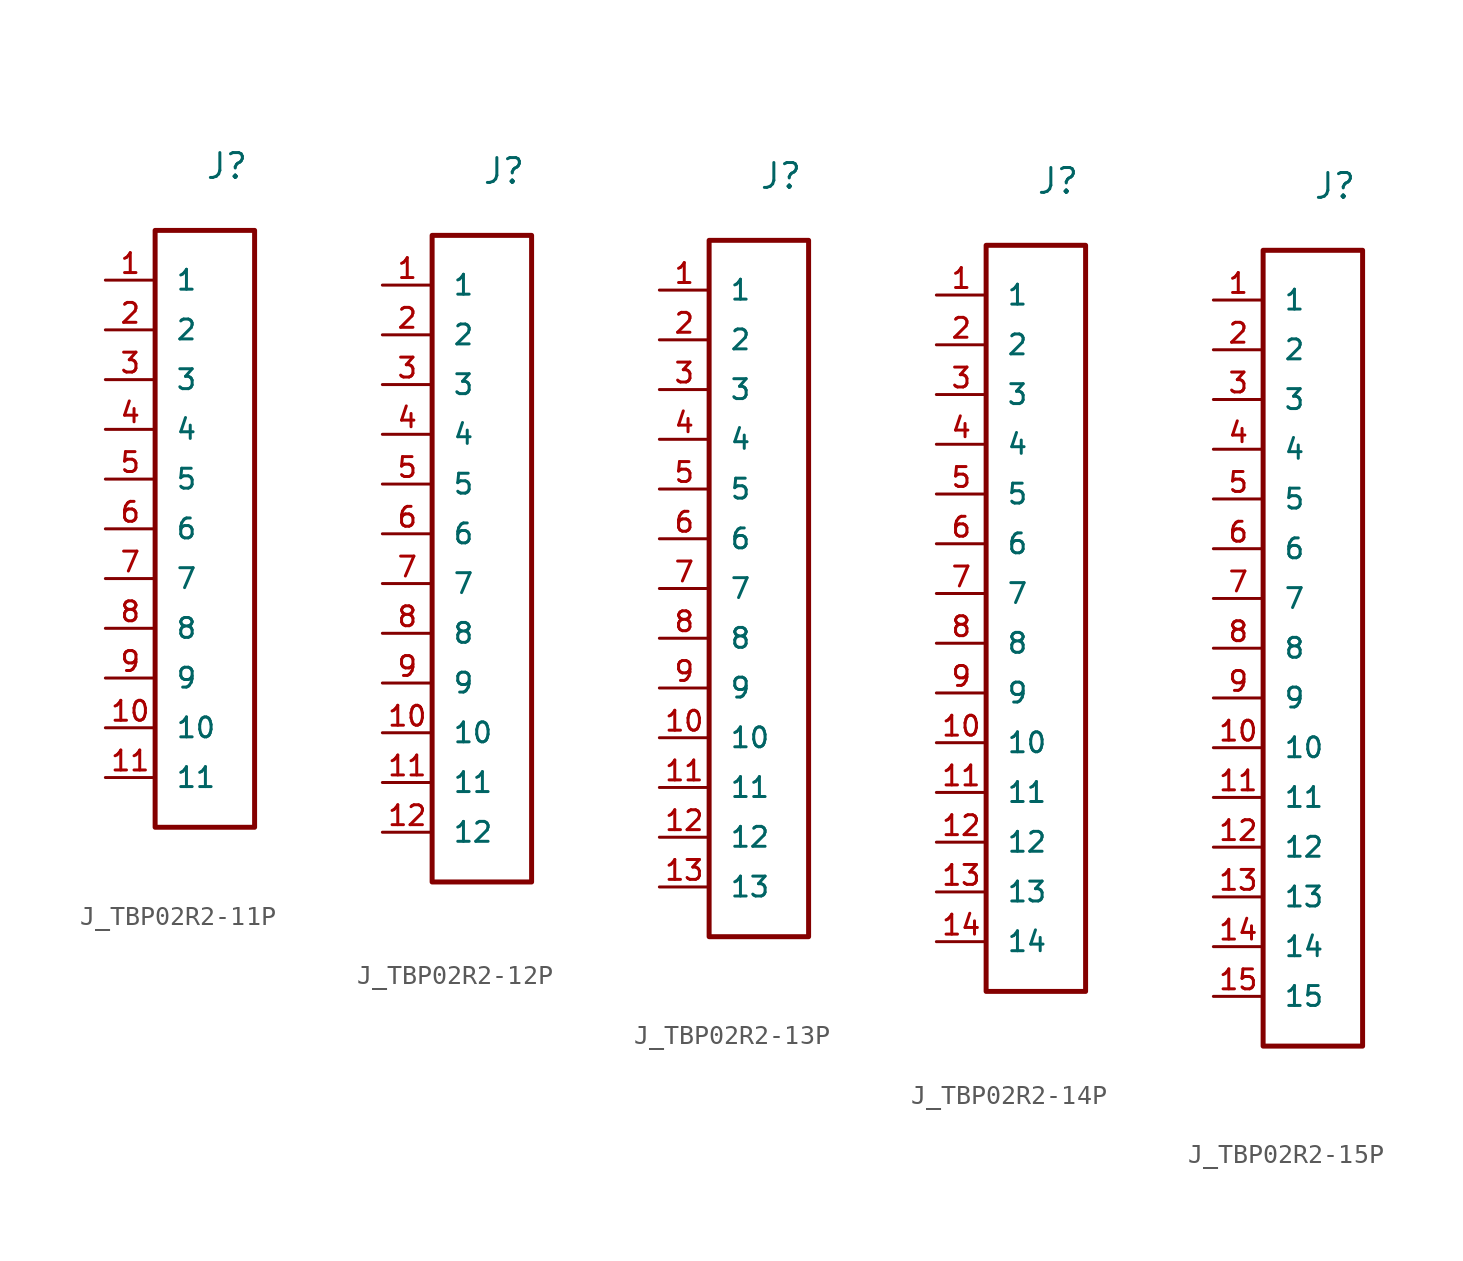
<source format=kicad_sym>
(kicad_symbol_lib
  (version 20231120)
  (generator "kicad_symbol_editor")
  (generator_version "8.0")
  (symbol "J_TBP02R2-11P"
    (pin_names
      (offset 1.016))
    (property "Reference" "J"
      (at 0 17.78 0)
      (effects (font (size 1.27 1.27)) (justify left bottom)))
    (symbol "J_TBP02R2-11P_0_0"
      (pin passive line (at -5.08 12.7 0) (length 2.54) (name "1" (effects (font (size 1.016 1.016)))) (number "1" (effects (font (size 1.016 1.016)))))
      (pin passive line (at -5.08 10.16 0) (length 2.54) (name "2" (effects (font (size 1.016 1.016)))) (number "2" (effects (font (size 1.016 1.016)))))
      (pin passive line (at -5.08 7.62 0) (length 2.54) (name "3" (effects (font (size 1.016 1.016)))) (number "3" (effects (font (size 1.016 1.016)))))
      (pin passive line (at -5.08 5.08 0) (length 2.54) (name "4" (effects (font (size 1.016 1.016)))) (number "4" (effects (font (size 1.016 1.016)))))
      (pin passive line (at -5.08 2.54 0) (length 2.54) (name "5" (effects (font (size 1.016 1.016)))) (number "5" (effects (font (size 1.016 1.016)))))
      (pin passive line (at -5.08 0.0 0) (length 2.54) (name "6" (effects (font (size 1.016 1.016)))) (number "6" (effects (font (size 1.016 1.016)))))
      (pin passive line (at -5.08 -2.54 0) (length 2.54) (name "7" (effects (font (size 1.016 1.016)))) (number "7" (effects (font (size 1.016 1.016)))))
      (pin passive line (at -5.08 -5.08 0) (length 2.54) (name "8" (effects (font (size 1.016 1.016)))) (number "8" (effects (font (size 1.016 1.016)))))
      (pin passive line (at -5.08 -7.62 0) (length 2.54) (name "9" (effects (font (size 1.016 1.016)))) (number "9" (effects (font (size 1.016 1.016)))))
      (pin passive line (at -5.08 -10.16 0) (length 2.54) (name "10" (effects (font (size 1.016 1.016)))) (number "10" (effects (font (size 1.016 1.016)))))
      (pin passive line (at -5.08 -12.7 0) (length 2.54) (name "11" (effects (font (size 1.016 1.016)))) (number "11" (effects (font (size 1.016 1.016))))))
    (symbol "J_TBP02R2-11P_1_0"
      (rectangle (start -2.54 15.24) (end 2.54 -15.24) (stroke (width 0.254) (type solid)) (fill (type none)))))
  (symbol "J_TBP02R2-12P"
    (pin_names
      (offset 1.016))
    (property "Reference" "J"
      (at 0 19.05 0)
      (effects (font (size 1.27 1.27)) (justify left bottom)))
    (symbol "J_TBP02R2-12P_0_0"
      (pin passive line (at -5.08 13.97 0) (length 2.54) (name "1" (effects (font (size 1.016 1.016)))) (number "1" (effects (font (size 1.016 1.016)))))
      (pin passive line (at -5.08 11.43 0) (length 2.54) (name "2" (effects (font (size 1.016 1.016)))) (number "2" (effects (font (size 1.016 1.016)))))
      (pin passive line (at -5.08 8.89 0) (length 2.54) (name "3" (effects (font (size 1.016 1.016)))) (number "3" (effects (font (size 1.016 1.016)))))
      (pin passive line (at -5.08 6.35 0) (length 2.54) (name "4" (effects (font (size 1.016 1.016)))) (number "4" (effects (font (size 1.016 1.016)))))
      (pin passive line (at -5.08 3.81 0) (length 2.54) (name "5" (effects (font (size 1.016 1.016)))) (number "5" (effects (font (size 1.016 1.016)))))
      (pin passive line (at -5.08 1.27 0) (length 2.54) (name "6" (effects (font (size 1.016 1.016)))) (number "6" (effects (font (size 1.016 1.016)))))
      (pin passive line (at -5.08 -1.27 0) (length 2.54) (name "7" (effects (font (size 1.016 1.016)))) (number "7" (effects (font (size 1.016 1.016)))))
      (pin passive line (at -5.08 -3.81 0) (length 2.54) (name "8" (effects (font (size 1.016 1.016)))) (number "8" (effects (font (size 1.016 1.016)))))
      (pin passive line (at -5.08 -6.35 0) (length 2.54) (name "9" (effects (font (size 1.016 1.016)))) (number "9" (effects (font (size 1.016 1.016)))))
      (pin passive line (at -5.08 -8.89 0) (length 2.54) (name "10" (effects (font (size 1.016 1.016)))) (number "10" (effects (font (size 1.016 1.016)))))
      (pin passive line (at -5.08 -11.43 0) (length 2.54) (name "11" (effects (font (size 1.016 1.016)))) (number "11" (effects (font (size 1.016 1.016)))))
      (pin passive line (at -5.08 -13.97 0) (length 2.54) (name "12" (effects (font (size 1.016 1.016)))) (number "12" (effects (font (size 1.016 1.016))))))
    (symbol "J_TBP02R2-12P_1_0"
      (rectangle (start -2.54 16.51) (end 2.54 -16.51) (stroke (width 0.254) (type solid)) (fill (type none)))))
  (symbol "J_TBP02R2-13P"
    (pin_names
      (offset 1.016))
    (property "Reference" "J"
      (at 0 20.32 0)
      (effects (font (size 1.27 1.27)) (justify left bottom)))
    (symbol "J_TBP02R2-13P_0_0"
      (pin passive line (at -5.08 15.24 0) (length 2.54) (name "1" (effects (font (size 1.016 1.016)))) (number "1" (effects (font (size 1.016 1.016)))))
      (pin passive line (at -5.08 12.7 0) (length 2.54) (name "2" (effects (font (size 1.016 1.016)))) (number "2" (effects (font (size 1.016 1.016)))))
      (pin passive line (at -5.08 10.16 0) (length 2.54) (name "3" (effects (font (size 1.016 1.016)))) (number "3" (effects (font (size 1.016 1.016)))))
      (pin passive line (at -5.08 7.62 0) (length 2.54) (name "4" (effects (font (size 1.016 1.016)))) (number "4" (effects (font (size 1.016 1.016)))))
      (pin passive line (at -5.08 5.08 0) (length 2.54) (name "5" (effects (font (size 1.016 1.016)))) (number "5" (effects (font (size 1.016 1.016)))))
      (pin passive line (at -5.08 2.54 0) (length 2.54) (name "6" (effects (font (size 1.016 1.016)))) (number "6" (effects (font (size 1.016 1.016)))))
      (pin passive line (at -5.08 0.0 0) (length 2.54) (name "7" (effects (font (size 1.016 1.016)))) (number "7" (effects (font (size 1.016 1.016)))))
      (pin passive line (at -5.08 -2.54 0) (length 2.54) (name "8" (effects (font (size 1.016 1.016)))) (number "8" (effects (font (size 1.016 1.016)))))
      (pin passive line (at -5.08 -5.08 0) (length 2.54) (name "9" (effects (font (size 1.016 1.016)))) (number "9" (effects (font (size 1.016 1.016)))))
      (pin passive line (at -5.08 -7.62 0) (length 2.54) (name "10" (effects (font (size 1.016 1.016)))) (number "10" (effects (font (size 1.016 1.016)))))
      (pin passive line (at -5.08 -10.16 0) (length 2.54) (name "11" (effects (font (size 1.016 1.016)))) (number "11" (effects (font (size 1.016 1.016)))))
      (pin passive line (at -5.08 -12.7 0) (length 2.54) (name "12" (effects (font (size 1.016 1.016)))) (number "12" (effects (font (size 1.016 1.016)))))
      (pin passive line (at -5.08 -15.24 0) (length 2.54) (name "13" (effects (font (size 1.016 1.016)))) (number "13" (effects (font (size 1.016 1.016))))))
    (symbol "J_TBP02R2-13P_1_0"
      (rectangle (start -2.54 17.78) (end 2.54 -17.78) (stroke (width 0.254) (type solid)) (fill (type none)))))
  (symbol "J_TBP02R2-14P"
    (pin_names
      (offset 1.016))
    (property "Reference" "J"
      (at 0 21.59 0)
      (effects (font (size 1.27 1.27)) (justify left bottom)))
    (symbol "J_TBP02R2-14P_0_0"
      (pin passive line (at -5.08 16.51 0) (length 2.54) (name "1" (effects (font (size 1.016 1.016)))) (number "1" (effects (font (size 1.016 1.016)))))
      (pin passive line (at -5.08 13.97 0) (length 2.54) (name "2" (effects (font (size 1.016 1.016)))) (number "2" (effects (font (size 1.016 1.016)))))
      (pin passive line (at -5.08 11.43 0) (length 2.54) (name "3" (effects (font (size 1.016 1.016)))) (number "3" (effects (font (size 1.016 1.016)))))
      (pin passive line (at -5.08 8.89 0) (length 2.54) (name "4" (effects (font (size 1.016 1.016)))) (number "4" (effects (font (size 1.016 1.016)))))
      (pin passive line (at -5.08 6.35 0) (length 2.54) (name "5" (effects (font (size 1.016 1.016)))) (number "5" (effects (font (size 1.016 1.016)))))
      (pin passive line (at -5.08 3.81 0) (length 2.54) (name "6" (effects (font (size 1.016 1.016)))) (number "6" (effects (font (size 1.016 1.016)))))
      (pin passive line (at -5.08 1.27 0) (length 2.54) (name "7" (effects (font (size 1.016 1.016)))) (number "7" (effects (font (size 1.016 1.016)))))
      (pin passive line (at -5.08 -1.27 0) (length 2.54) (name "8" (effects (font (size 1.016 1.016)))) (number "8" (effects (font (size 1.016 1.016)))))
      (pin passive line (at -5.08 -3.81 0) (length 2.54) (name "9" (effects (font (size 1.016 1.016)))) (number "9" (effects (font (size 1.016 1.016)))))
      (pin passive line (at -5.08 -6.35 0) (length 2.54) (name "10" (effects (font (size 1.016 1.016)))) (number "10" (effects (font (size 1.016 1.016)))))
      (pin passive line (at -5.08 -8.89 0) (length 2.54) (name "11" (effects (font (size 1.016 1.016)))) (number "11" (effects (font (size 1.016 1.016)))))
      (pin passive line (at -5.08 -11.43 0) (length 2.54) (name "12" (effects (font (size 1.016 1.016)))) (number "12" (effects (font (size 1.016 1.016)))))
      (pin passive line (at -5.08 -13.97 0) (length 2.54) (name "13" (effects (font (size 1.016 1.016)))) (number "13" (effects (font (size 1.016 1.016)))))
      (pin passive line (at -5.08 -16.51 0) (length 2.54) (name "14" (effects (font (size 1.016 1.016)))) (number "14" (effects (font (size 1.016 1.016))))))
    (symbol "J_TBP02R2-14P_1_0"
      (rectangle (start -2.54 19.05) (end 2.54 -19.05) (stroke (width 0.254) (type solid)) (fill (type none)))))
  (symbol "J_TBP02R2-15P"
    (pin_names
      (offset 1.016))
    (property "Reference" "J"
      (at 0 22.86 0)
      (effects (font (size 1.27 1.27)) (justify left bottom)))
    (symbol "J_TBP02R2-15P_0_0"
      (pin passive line (at -5.08 17.78 0) (length 2.54) (name "1" (effects (font (size 1.016 1.016)))) (number "1" (effects (font (size 1.016 1.016)))))
      (pin passive line (at -5.08 15.24 0) (length 2.54) (name "2" (effects (font (size 1.016 1.016)))) (number "2" (effects (font (size 1.016 1.016)))))
      (pin passive line (at -5.08 12.7 0) (length 2.54) (name "3" (effects (font (size 1.016 1.016)))) (number "3" (effects (font (size 1.016 1.016)))))
      (pin passive line (at -5.08 10.16 0) (length 2.54) (name "4" (effects (font (size 1.016 1.016)))) (number "4" (effects (font (size 1.016 1.016)))))
      (pin passive line (at -5.08 7.62 0) (length 2.54) (name "5" (effects (font (size 1.016 1.016)))) (number "5" (effects (font (size 1.016 1.016)))))
      (pin passive line (at -5.08 5.08 0) (length 2.54) (name "6" (effects (font (size 1.016 1.016)))) (number "6" (effects (font (size 1.016 1.016)))))
      (pin passive line (at -5.08 2.54 0) (length 2.54) (name "7" (effects (font (size 1.016 1.016)))) (number "7" (effects (font (size 1.016 1.016)))))
      (pin passive line (at -5.08 0.0 0) (length 2.54) (name "8" (effects (font (size 1.016 1.016)))) (number "8" (effects (font (size 1.016 1.016)))))
      (pin passive line (at -5.08 -2.54 0) (length 2.54) (name "9" (effects (font (size 1.016 1.016)))) (number "9" (effects (font (size 1.016 1.016)))))
      (pin passive line (at -5.08 -5.08 0) (length 2.54) (name "10" (effects (font (size 1.016 1.016)))) (number "10" (effects (font (size 1.016 1.016)))))
      (pin passive line (at -5.08 -7.62 0) (length 2.54) (name "11" (effects (font (size 1.016 1.016)))) (number "11" (effects (font (size 1.016 1.016)))))
      (pin passive line (at -5.08 -10.16 0) (length 2.54) (name "12" (effects (font (size 1.016 1.016)))) (number "12" (effects (font (size 1.016 1.016)))))
      (pin passive line (at -5.08 -12.7 0) (length 2.54) (name "13" (effects (font (size 1.016 1.016)))) (number "13" (effects (font (size 1.016 1.016)))))
      (pin passive line (at -5.08 -15.24 0) (length 2.54) (name "14" (effects (font (size 1.016 1.016)))) (number "14" (effects (font (size 1.016 1.016)))))
      (pin passive line (at -5.08 -17.78 0) (length 2.54) (name "15" (effects (font (size 1.016 1.016)))) (number "15" (effects (font (size 1.016 1.016))))))
    (symbol "J_TBP02R2-15P_1_0"
      (rectangle (start -2.54 20.32) (end 2.54 -20.32) (stroke (width 0.254) (type solid)) (fill (type none))))))
</source>
